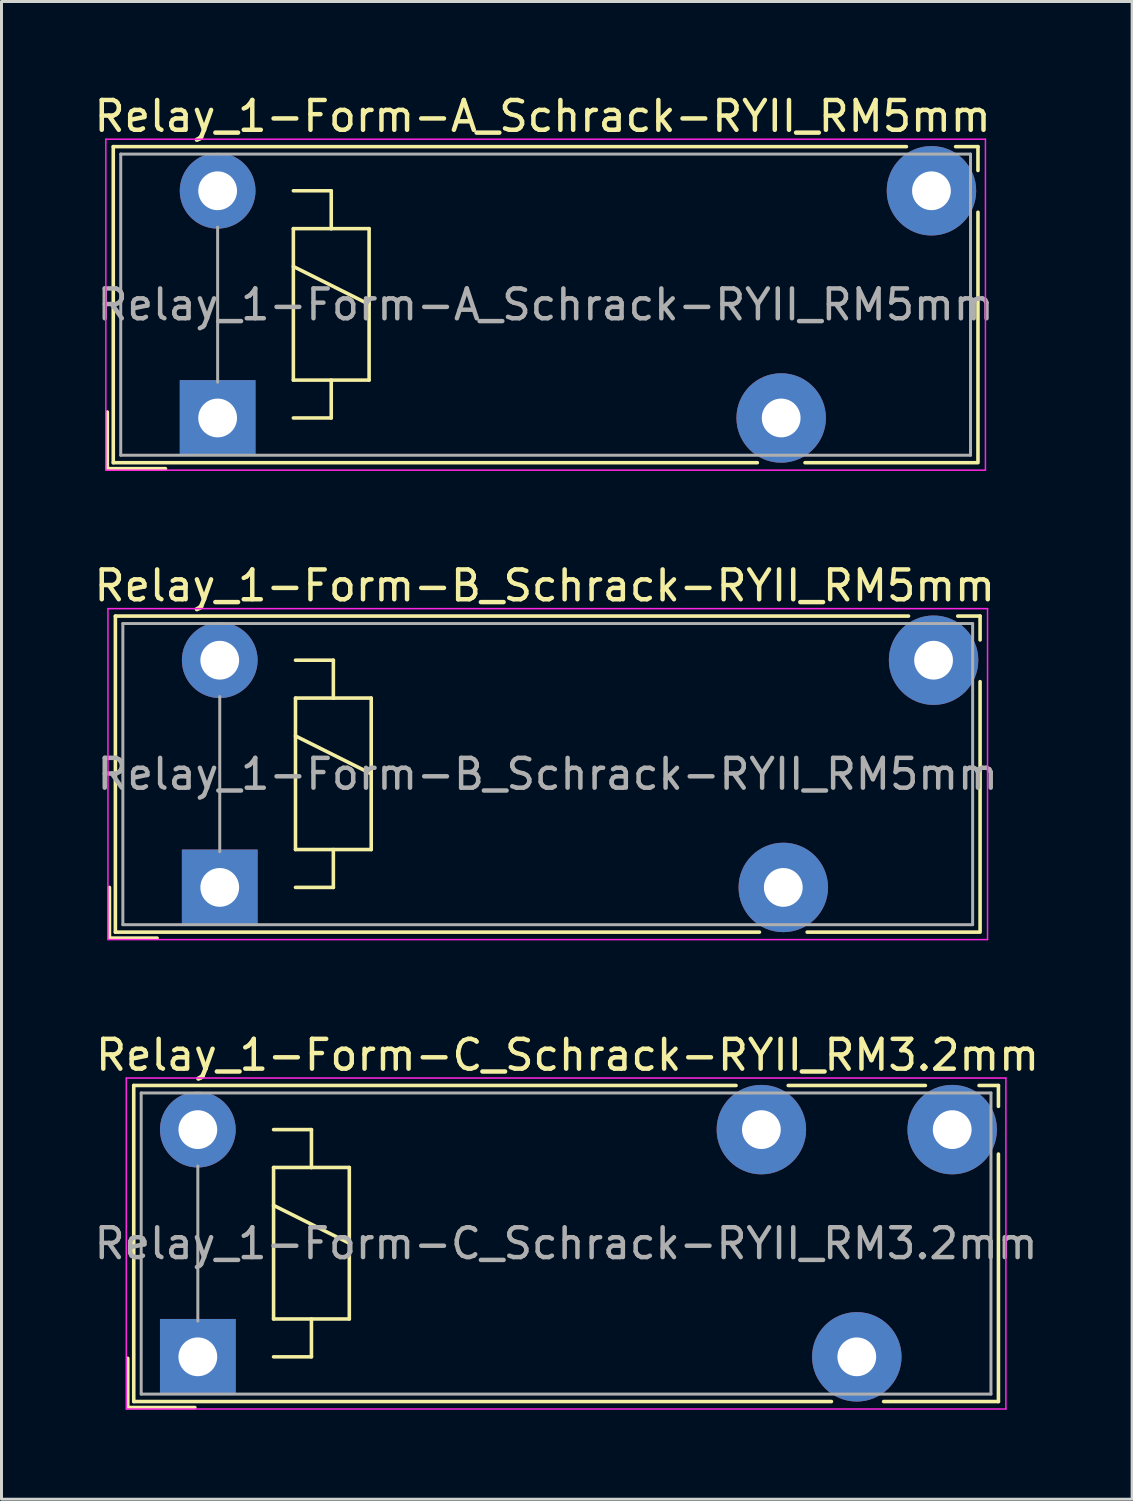
<source format=kicad_pcb>
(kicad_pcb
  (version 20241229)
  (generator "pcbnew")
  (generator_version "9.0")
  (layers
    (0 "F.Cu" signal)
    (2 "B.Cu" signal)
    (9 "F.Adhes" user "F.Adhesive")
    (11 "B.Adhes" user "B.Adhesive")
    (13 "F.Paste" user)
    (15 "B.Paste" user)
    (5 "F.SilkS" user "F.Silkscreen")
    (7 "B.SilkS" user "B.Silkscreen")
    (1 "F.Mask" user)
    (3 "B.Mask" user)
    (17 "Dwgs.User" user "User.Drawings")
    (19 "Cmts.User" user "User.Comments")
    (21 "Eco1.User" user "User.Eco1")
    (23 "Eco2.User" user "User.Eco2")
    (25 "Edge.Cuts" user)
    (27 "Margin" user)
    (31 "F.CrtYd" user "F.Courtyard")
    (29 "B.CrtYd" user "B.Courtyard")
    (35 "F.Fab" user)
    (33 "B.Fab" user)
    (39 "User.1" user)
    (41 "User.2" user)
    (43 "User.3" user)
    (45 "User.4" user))
  (footprint "Relay_1-Form-A_Schrack-RYII_RM5mm"
    (layer "F.Cu")
    (at 4.249 10.968)
    (property "Reference" "Relay_1-Form-A_Schrack-RYII_RM5mm" (at 10.9 -10.12 0) (layer "F.SilkS") (effects (font (size 1 1) (thickness 0.15))))
    (attr through_hole)
    (fp_line (start -3.7 1.7) (end -3.7 -0.2) (stroke (width 0.12) (type solid)) (layer "F.SilkS"))
    (fp_line (start -3.5 -9.1) (end 23.1 -9.1) (stroke (width 0.12) (type solid)) (layer "F.SilkS"))
    (fp_line (start -3.5 1.5) (end -3.5 -9.1) (stroke (width 0.12) (type solid)) (layer "F.SilkS"))
    (fp_line (start -1.75 1.7) (end -3.7 1.7) (stroke (width 0.12) (type solid)) (layer "F.SilkS"))
    (fp_line (start 2.54 -7.62) (end 3.81 -7.62) (stroke (width 0.12) (type solid)) (layer "F.SilkS"))
    (fp_line (start 2.54 -6.35) (end 3.81 -6.35) (stroke (width 0.12) (type solid)) (layer "F.SilkS"))
    (fp_line (start 2.54 -5.08) (end 5.08 -3.81) (stroke (width 0.12) (type solid)) (layer "F.SilkS"))
    (fp_line (start 2.54 -1.27) (end 2.54 -6.35) (stroke (width 0.12) (type solid)) (layer "F.SilkS"))
    (fp_line (start 3.81 -7.62) (end 3.81 -6.35) (stroke (width 0.12) (type solid)) (layer "F.SilkS"))
    (fp_line (start 3.81 -6.35) (end 5.08 -6.35) (stroke (width 0.12) (type solid)) (layer "F.SilkS"))
    (fp_line (start 3.81 -1.27) (end 3.81 0) (stroke (width 0.12) (type solid)) (layer "F.SilkS"))
    (fp_line (start 3.81 0) (end 2.54 0) (stroke (width 0.12) (type solid)) (layer "F.SilkS"))
    (fp_line (start 5.08 -6.35) (end 5.08 -1.27) (stroke (width 0.12) (type solid)) (layer "F.SilkS"))
    (fp_line (start 5.08 -1.27) (end 2.54 -1.27) (stroke (width 0.12) (type solid)) (layer "F.SilkS"))
    (fp_line (start 18.1 1.5) (end -3.5 1.5) (stroke (width 0.12) (type solid)) (layer "F.SilkS"))
    (fp_line (start 24.75 -9.1) (end 25.5 -9.1) (stroke (width 0.12) (type solid)) (layer "F.SilkS"))
    (fp_line (start 25.45 1.5) (end 19.7 1.5) (stroke (width 0.12) (type solid)) (layer "F.SilkS"))
    (fp_line (start 25.5 -9.1) (end 25.5 -8.3) (stroke (width 0.12) (type solid)) (layer "F.SilkS"))
    (fp_line (start 25.5 -6.9) (end 25.5 1.5) (stroke (width 0.12) (type solid)) (layer "F.SilkS"))
    (fp_line (start -3.75 -9.35) (end -3.75 1.75) (stroke (width 0.05) (type solid)) (layer "F.CrtYd"))
    (fp_line (start -3.75 1.75) (end 25.75 1.75) (stroke (width 0.05) (type solid)) (layer "F.CrtYd"))
    (fp_line (start 25.75 -9.35) (end -3.75 -9.35) (stroke (width 0.05) (type solid)) (layer "F.CrtYd"))
    (fp_line (start 25.75 1.75) (end 25.75 -9.35) (stroke (width 0.05) (type solid)) (layer "F.CrtYd"))
    (fp_line (start -3.25 -8.85) (end 25.25 -8.85) (stroke (width 0.1) (type solid)) (layer "F.Fab"))
    (fp_line (start -3.25 1.25) (end -3.25 -8.85) (stroke (width 0.1) (type solid)) (layer "F.Fab"))
    (fp_line (start 0 -6.4) (end 0 -1.2) (stroke (width 0.1) (type solid)) (layer "F.Fab"))
    (fp_line (start 25.25 -8.85) (end 25.25 1.25) (stroke (width 0.1) (type solid)) (layer "F.Fab"))
    (fp_line (start 25.25 1.25) (end -3.25 1.25) (stroke (width 0.1) (type solid)) (layer "F.Fab"))
    (fp_text user "${REFERENCE}" (at 11 -3.8 0) (layer "F.Fab") (effects (font (size 1 1) (thickness 0.15))))
    (pad "11" thru_hole circle (at 18.9 0) (size 3 3) (drill 1.3) (layers "*.Cu" "*.Mask"))
    (pad "14" thru_hole circle (at 23.94 -7.62) (size 3 3) (drill 1.3) (layers "*.Cu" "*.Mask"))
    (pad "A1" thru_hole rect (at 0 0) (size 2.54 2.54) (drill 1.3) (layers "*.Cu" "*.Mask"))
    (pad "A2" thru_hole circle (at 0 -7.62) (size 2.54 2.54) (drill 1.3) (layers "*.Cu" "*.Mask")))
  (footprint "Relay_1-Form-B_Schrack-RYII_RM5mm"
    (layer "F.Cu")
    (at 4.32 26.712)
    (property "Reference" "Relay_1-Form-B_Schrack-RYII_RM5mm" (at 10.9 -10.12 0) (layer "F.SilkS") (effects (font (size 1 1) (thickness 0.15))))
    (attr through_hole)
    (fp_line (start -3.7 0) (end -3.7 1.7) (stroke (width 0.12) (type solid)) (layer "F.SilkS"))
    (fp_line (start -3.7 1.7) (end -2.1 1.7) (stroke (width 0.12) (type solid)) (layer "F.SilkS"))
    (fp_line (start -3.5 -9.1) (end 23.1 -9.1) (stroke (width 0.12) (type solid)) (layer "F.SilkS"))
    (fp_line (start -3.5 1.5) (end -3.5 -9.1) (stroke (width 0.12) (type solid)) (layer "F.SilkS"))
    (fp_line (start 2.54 -7.62) (end 3.81 -7.62) (stroke (width 0.12) (type solid)) (layer "F.SilkS"))
    (fp_line (start 2.54 -6.35) (end 3.81 -6.35) (stroke (width 0.12) (type solid)) (layer "F.SilkS"))
    (fp_line (start 2.54 -5.08) (end 5.08 -3.81) (stroke (width 0.12) (type solid)) (layer "F.SilkS"))
    (fp_line (start 2.54 -1.27) (end 2.54 -6.35) (stroke (width 0.12) (type solid)) (layer "F.SilkS"))
    (fp_line (start 3.81 -7.62) (end 3.81 -6.35) (stroke (width 0.12) (type solid)) (layer "F.SilkS"))
    (fp_line (start 3.81 -6.35) (end 5.08 -6.35) (stroke (width 0.12) (type solid)) (layer "F.SilkS"))
    (fp_line (start 3.81 -1.27) (end 3.81 0) (stroke (width 0.12) (type solid)) (layer "F.SilkS"))
    (fp_line (start 3.81 0) (end 2.54 0) (stroke (width 0.12) (type solid)) (layer "F.SilkS"))
    (fp_line (start 5.08 -6.35) (end 5.08 -1.27) (stroke (width 0.12) (type solid)) (layer "F.SilkS"))
    (fp_line (start 5.08 -1.27) (end 2.54 -1.27) (stroke (width 0.12) (type solid)) (layer "F.SilkS"))
    (fp_line (start 18.1 1.5) (end -3.5 1.5) (stroke (width 0.12) (type solid)) (layer "F.SilkS"))
    (fp_line (start 24.75 -9.1) (end 25.5 -9.1) (stroke (width 0.12) (type solid)) (layer "F.SilkS"))
    (fp_line (start 25.45 1.5) (end 19.7 1.5) (stroke (width 0.12) (type solid)) (layer "F.SilkS"))
    (fp_line (start 25.5 -9.1) (end 25.5 -8.3) (stroke (width 0.12) (type solid)) (layer "F.SilkS"))
    (fp_line (start 25.5 -6.9) (end 25.5 1.5) (stroke (width 0.12) (type solid)) (layer "F.SilkS"))
    (fp_line (start -3.75 -9.35) (end -3.75 1.75) (stroke (width 0.05) (type solid)) (layer "F.CrtYd"))
    (fp_line (start -3.75 1.75) (end 25.75 1.75) (stroke (width 0.05) (type solid)) (layer "F.CrtYd"))
    (fp_line (start 25.75 -9.35) (end -3.75 -9.35) (stroke (width 0.05) (type solid)) (layer "F.CrtYd"))
    (fp_line (start 25.75 1.75) (end 25.75 -9.35) (stroke (width 0.05) (type solid)) (layer "F.CrtYd"))
    (fp_line (start -3.25 -8.85) (end 25.25 -8.85) (stroke (width 0.1) (type solid)) (layer "F.Fab"))
    (fp_line (start -3.25 1.25) (end -3.25 -8.85) (stroke (width 0.1) (type solid)) (layer "F.Fab"))
    (fp_line (start 0 -6.4) (end 0 -1.2) (stroke (width 0.1) (type solid)) (layer "F.Fab"))
    (fp_line (start 25.25 -8.85) (end 25.25 1.25) (stroke (width 0.1) (type solid)) (layer "F.Fab"))
    (fp_line (start 25.25 1.25) (end -3.25 1.25) (stroke (width 0.1) (type solid)) (layer "F.Fab"))
    (fp_text user "${REFERENCE}" (at 11 -3.8 0) (layer "F.Fab") (effects (font (size 1 1) (thickness 0.15))))
    (pad "11" thru_hole circle (at 18.9 0) (size 3 3) (drill 1.3) (layers "*.Cu" "*.Mask"))
    (pad "12" thru_hole circle (at 23.94 -7.62) (size 3 3) (drill 1.3) (layers "*.Cu" "*.Mask"))
    (pad "A1" thru_hole rect (at 0 0) (size 2.54 2.54) (drill 1.3) (layers "*.Cu" "*.Mask"))
    (pad "A2" thru_hole circle (at 0 -7.62) (size 2.54 2.54) (drill 1.3) (layers "*.Cu" "*.Mask")))
  (footprint "Relay_1-Form-C_Schrack-RYII_RM3.2mm"
    (layer "F.Cu")
    (at 3.585 42.455)
    (property "Reference" "Relay_1-Form-C_Schrack-RYII_RM3.2mm" (at 12.4 -10.12 0) (layer "F.SilkS") (effects (font (size 1 1) (thickness 0.15))))
    (attr through_hole)
    (fp_line (start -2.35 0.05) (end -2.35 1.7) (stroke (width 0.12) (type solid)) (layer "F.SilkS"))
    (fp_line (start -2.35 1.7) (end -0.1 1.7) (stroke (width 0.12) (type solid)) (layer "F.SilkS"))
    (fp_line (start -2.15 -9.1) (end 18.05 -9.1) (stroke (width 0.12) (type solid)) (layer "F.SilkS"))
    (fp_line (start -2.15 1.5) (end -2.15 -9.1) (stroke (width 0.12) (type solid)) (layer "F.SilkS"))
    (fp_line (start 2.54 -7.62) (end 3.81 -7.62) (stroke (width 0.12) (type solid)) (layer "F.SilkS"))
    (fp_line (start 2.54 -6.35) (end 3.81 -6.35) (stroke (width 0.12) (type solid)) (layer "F.SilkS"))
    (fp_line (start 2.54 -5.08) (end 5.08 -3.81) (stroke (width 0.12) (type solid)) (layer "F.SilkS"))
    (fp_line (start 2.54 -1.27) (end 2.54 -6.35) (stroke (width 0.12) (type solid)) (layer "F.SilkS"))
    (fp_line (start 3.81 -7.62) (end 3.81 -6.35) (stroke (width 0.12) (type solid)) (layer "F.SilkS"))
    (fp_line (start 3.81 -6.35) (end 5.08 -6.35) (stroke (width 0.12) (type solid)) (layer "F.SilkS"))
    (fp_line (start 3.81 -1.27) (end 3.81 0) (stroke (width 0.12) (type solid)) (layer "F.SilkS"))
    (fp_line (start 3.81 0) (end 2.54 0) (stroke (width 0.12) (type solid)) (layer "F.SilkS"))
    (fp_line (start 5.08 -6.35) (end 5.08 -1.27) (stroke (width 0.12) (type solid)) (layer "F.SilkS"))
    (fp_line (start 5.08 -1.27) (end 2.54 -1.27) (stroke (width 0.12) (type solid)) (layer "F.SilkS"))
    (fp_line (start 19.8 -9.1) (end 24.4 -9.1) (stroke (width 0.12) (type solid)) (layer "F.SilkS"))
    (fp_line (start 21.25 1.5) (end -2.15 1.5) (stroke (width 0.12) (type solid)) (layer "F.SilkS"))
    (fp_line (start 26.2 -9.1) (end 26.85 -9.1) (stroke (width 0.12) (type solid)) (layer "F.SilkS"))
    (fp_line (start 26.85 -9.1) (end 26.85 -8.4) (stroke (width 0.12) (type solid)) (layer "F.SilkS"))
    (fp_line (start 26.85 -6.8) (end 26.85 1.5) (stroke (width 0.12) (type solid)) (layer "F.SilkS"))
    (fp_line (start 26.85 1.5) (end 23 1.5) (stroke (width 0.12) (type solid)) (layer "F.SilkS"))
    (fp_line (start -2.4 -9.35) (end -2.4 1.75) (stroke (width 0.05) (type solid)) (layer "F.CrtYd"))
    (fp_line (start -2.4 1.75) (end 27.1 1.75) (stroke (width 0.05) (type solid)) (layer "F.CrtYd"))
    (fp_line (start 27.1 -9.35) (end -2.4 -9.35) (stroke (width 0.05) (type solid)) (layer "F.CrtYd"))
    (fp_line (start 27.1 1.75) (end 27.1 -9.35) (stroke (width 0.05) (type solid)) (layer "F.CrtYd"))
    (fp_line (start -1.9 -8.85) (end 26.6 -8.85) (stroke (width 0.1) (type solid)) (layer "F.Fab"))
    (fp_line (start -1.9 1.25) (end -1.9 -8.85) (stroke (width 0.1) (type solid)) (layer "F.Fab"))
    (fp_line (start 0 -6.4) (end 0 -1.2) (stroke (width 0.1) (type solid)) (layer "F.Fab"))
    (fp_line (start 26.6 -8.85) (end 26.6 1.25) (stroke (width 0.1) (type solid)) (layer "F.Fab"))
    (fp_line (start 26.6 1.25) (end -1.9 1.25) (stroke (width 0.1) (type solid)) (layer "F.Fab"))
    (fp_text user "${REFERENCE}" (at 12.35 -3.8 0) (layer "F.Fab") (effects (font (size 1 1) (thickness 0.15))))
    (pad "11" thru_hole circle (at 22.1 0) (size 3 3) (drill 1.3) (layers "*.Cu" "*.Mask"))
    (pad "12" thru_hole circle (at 18.9 -7.62) (size 3 3) (drill 1.3) (layers "*.Cu" "*.Mask"))
    (pad "14" thru_hole circle (at 25.3 -7.62) (size 3 3) (drill 1.3) (layers "*.Cu" "*.Mask"))
    (pad "A1" thru_hole rect (at 0 0) (size 2.54 2.54) (drill 1.3) (layers "*.Cu" "*.Mask"))
    (pad "A2" thru_hole circle (at 0 -7.62) (size 2.54 2.54) (drill 1.3) (layers "*.Cu" "*.Mask")))
  (gr_rect
    (start -3 -3)
    (end 34.919 47.23)
    (stroke (width 0.1) (type default))
    (fill no)
    (layer "Edge.Cuts")))
</source>
